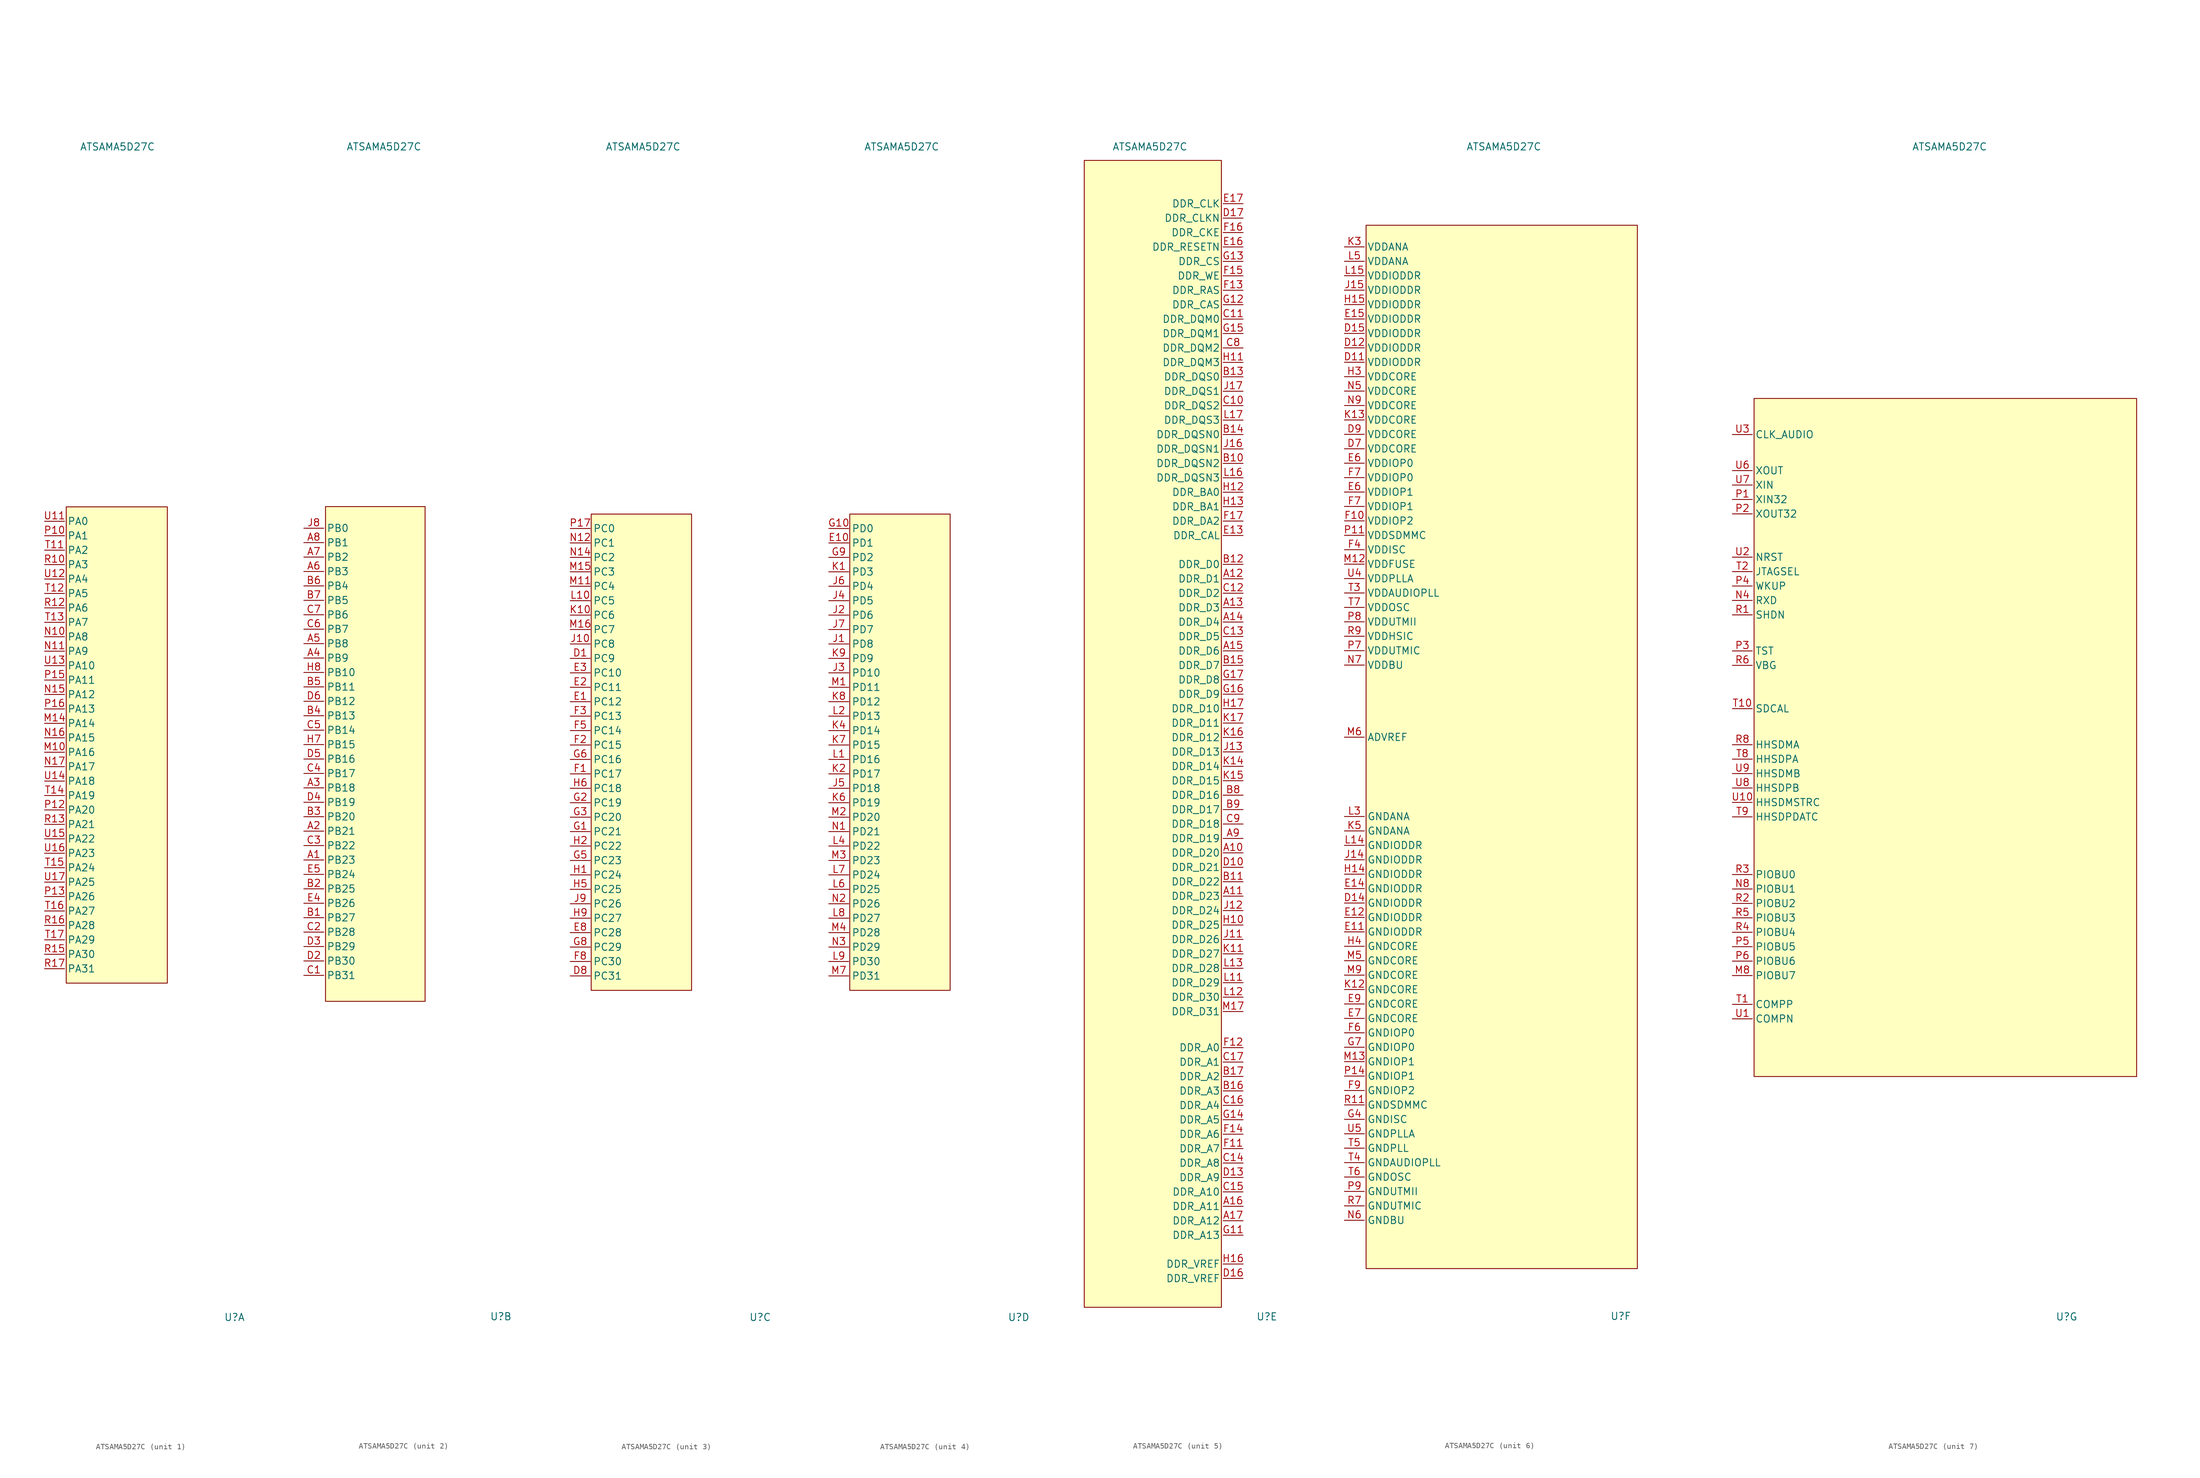
<source format=kicad_sym>
(kicad_symbol_lib
  (version 20220914)
  (generator kicad_symbol_editor)
  (symbol "ATSAMA5D27C"
    (property "Reference" "U"
      (at 20.701 -99.441 0)
      (effects (font (size 1.27 1.27))))
    (property "Value" "ATSAMA5D27C"
      (at 0.127 106.553 0)
      (effects (font (size 1.27 1.27))))
    (symbol "ATSAMA5D27C_1_1"
      (rectangle (start -8.89 43.18) (end 8.89 -40.64) (stroke (width 0) (type default)) (fill (type background)))
      (pin bidirectional line (at -12.7 0 0) (length 3.5) (name "PA16" (effects (font (size 1.27 1.27)))) (number "M10" (effects (font (size 1.27 1.27)))))
      (pin bidirectional line (at -12.7 5.08 0) (length 3.5) (name "PA14" (effects (font (size 1.27 1.27)))) (number "M14" (effects (font (size 1.27 1.27)))))
      (pin bidirectional line (at -12.7 20.32 0) (length 3.5) (name "PA8" (effects (font (size 1.27 1.27)))) (number "N10" (effects (font (size 1.27 1.27)))))
      (pin bidirectional line (at -12.7 17.78 0) (length 3.5) (name "PA9" (effects (font (size 1.27 1.27)))) (number "N11" (effects (font (size 1.27 1.27)))))
      (pin bidirectional line (at -12.7 10.16 0) (length 3.5) (name "PA12" (effects (font (size 1.27 1.27)))) (number "N15" (effects (font (size 1.27 1.27)))))
      (pin bidirectional line (at -12.7 2.54 0) (length 3.5) (name "PA15" (effects (font (size 1.27 1.27)))) (number "N16" (effects (font (size 1.27 1.27)))))
      (pin bidirectional line (at -12.7 -2.54 0) (length 3.5) (name "PA17" (effects (font (size 1.27 1.27)))) (number "N17" (effects (font (size 1.27 1.27)))))
      (pin bidirectional line (at -12.7 38.1 0) (length 3.5) (name "PA1" (effects (font (size 1.27 1.27)))) (number "P10" (effects (font (size 1.27 1.27)))))
      (pin bidirectional line (at -12.7 -10.16 0) (length 3.5) (name "PA20" (effects (font (size 1.27 1.27)))) (number "P12" (effects (font (size 1.27 1.27)))))
      (pin bidirectional line (at -12.7 -25.4 0) (length 3.5) (name "PA26" (effects (font (size 1.27 1.27)))) (number "P13" (effects (font (size 1.27 1.27)))))
      (pin bidirectional line (at -12.7 12.7 0) (length 3.5) (name "PA11" (effects (font (size 1.27 1.27)))) (number "P15" (effects (font (size 1.27 1.27)))))
      (pin bidirectional line (at -12.7 7.62 0) (length 3.5) (name "PA13" (effects (font (size 1.27 1.27)))) (number "P16" (effects (font (size 1.27 1.27)))))
      (pin bidirectional line (at -12.7 33.02 0) (length 3.5) (name "PA3" (effects (font (size 1.27 1.27)))) (number "R10" (effects (font (size 1.27 1.27)))))
      (pin bidirectional line (at -12.7 25.4 0) (length 3.5) (name "PA6" (effects (font (size 1.27 1.27)))) (number "R12" (effects (font (size 1.27 1.27)))))
      (pin bidirectional line (at -12.7 -12.7 0) (length 3.5) (name "PA21" (effects (font (size 1.27 1.27)))) (number "R13" (effects (font (size 1.27 1.27)))))
      (pin bidirectional line (at -12.7 -35.56 0) (length 3.5) (name "PA30" (effects (font (size 1.27 1.27)))) (number "R15" (effects (font (size 1.27 1.27)))))
      (pin bidirectional line (at -12.7 -30.48 0) (length 3.5) (name "PA28" (effects (font (size 1.27 1.27)))) (number "R16" (effects (font (size 1.27 1.27)))))
      (pin bidirectional line (at -12.7 -38.1 0) (length 3.5) (name "PA31" (effects (font (size 1.27 1.27)))) (number "R17" (effects (font (size 1.27 1.27)))))
      (pin bidirectional line (at -12.7 35.56 0) (length 3.5) (name "PA2" (effects (font (size 1.27 1.27)))) (number "T11" (effects (font (size 1.27 1.27)))))
      (pin bidirectional line (at -12.7 27.94 0) (length 3.5) (name "PA5" (effects (font (size 1.27 1.27)))) (number "T12" (effects (font (size 1.27 1.27)))))
      (pin bidirectional line (at -12.7 22.86 0) (length 3.5) (name "PA7" (effects (font (size 1.27 1.27)))) (number "T13" (effects (font (size 1.27 1.27)))))
      (pin bidirectional line (at -12.7 -7.62 0) (length 3.5) (name "PA19" (effects (font (size 1.27 1.27)))) (number "T14" (effects (font (size 1.27 1.27)))))
      (pin bidirectional line (at -12.7 -20.32 0) (length 3.5) (name "PA24" (effects (font (size 1.27 1.27)))) (number "T15" (effects (font (size 1.27 1.27)))))
      (pin bidirectional line (at -12.7 -27.94 0) (length 3.5) (name "PA27" (effects (font (size 1.27 1.27)))) (number "T16" (effects (font (size 1.27 1.27)))))
      (pin bidirectional line (at -12.7 -33.02 0) (length 3.5) (name "PA29" (effects (font (size 1.27 1.27)))) (number "T17" (effects (font (size 1.27 1.27)))))
      (pin bidirectional line (at -12.7 40.64 0) (length 3.5) (name "PA0" (effects (font (size 1.27 1.27)))) (number "U11" (effects (font (size 1.27 1.27)))))
      (pin bidirectional line (at -12.7 30.48 0) (length 3.5) (name "PA4" (effects (font (size 1.27 1.27)))) (number "U12" (effects (font (size 1.27 1.27)))))
      (pin bidirectional line (at -12.7 15.24 0) (length 3.5) (name "PA10" (effects (font (size 1.27 1.27)))) (number "U13" (effects (font (size 1.27 1.27)))))
      (pin bidirectional line (at -12.7 -5.08 0) (length 3.5) (name "PA18" (effects (font (size 1.27 1.27)))) (number "U14" (effects (font (size 1.27 1.27)))))
      (pin bidirectional line (at -12.7 -15.24 0) (length 3.5) (name "PA22" (effects (font (size 1.27 1.27)))) (number "U15" (effects (font (size 1.27 1.27)))))
      (pin bidirectional line (at -12.7 -17.78 0) (length 3.5) (name "PA23" (effects (font (size 1.27 1.27)))) (number "U16" (effects (font (size 1.27 1.27)))))
      (pin bidirectional line (at -12.7 -22.86 0) (length 3.5) (name "PA25" (effects (font (size 1.27 1.27)))) (number "U17" (effects (font (size 1.27 1.27))))))
    (symbol "ATSAMA5D27C_2_1"
      (rectangle (start -10.16 43.18) (end 7.366 -43.942) (stroke (width 0) (type default)) (fill (type background)))
      (pin bidirectional line (at -13.97 -19.05 0) (length 3.5) (name "PB23" (effects (font (size 1.27 1.27)))) (number "A1" (effects (font (size 1.27 1.27)))))
      (pin bidirectional line (at -13.97 -13.97 0) (length 3.5) (name "PB21" (effects (font (size 1.27 1.27)))) (number "A2" (effects (font (size 1.27 1.27)))))
      (pin bidirectional line (at -13.97 -6.35 0) (length 3.5) (name "PB18" (effects (font (size 1.27 1.27)))) (number "A3" (effects (font (size 1.27 1.27)))))
      (pin bidirectional line (at -13.97 16.51 0) (length 3.5) (name "PB9" (effects (font (size 1.27 1.27)))) (number "A4" (effects (font (size 1.27 1.27)))))
      (pin bidirectional line (at -13.97 19.05 0) (length 3.5) (name "PB8" (effects (font (size 1.27 1.27)))) (number "A5" (effects (font (size 1.27 1.27)))))
      (pin bidirectional line (at -13.97 31.75 0) (length 3.5) (name "PB3" (effects (font (size 1.27 1.27)))) (number "A6" (effects (font (size 1.27 1.27)))))
      (pin bidirectional line (at -13.97 34.29 0) (length 3.5) (name "PB2" (effects (font (size 1.27 1.27)))) (number "A7" (effects (font (size 1.27 1.27)))))
      (pin bidirectional line (at -13.97 36.83 0) (length 3.5) (name "PB1" (effects (font (size 1.27 1.27)))) (number "A8" (effects (font (size 1.27 1.27)))))
      (pin bidirectional line (at -13.97 -29.21 0) (length 3.5) (name "PB27" (effects (font (size 1.27 1.27)))) (number "B1" (effects (font (size 1.27 1.27)))))
      (pin bidirectional line (at -13.97 -24.13 0) (length 3.5) (name "PB25" (effects (font (size 1.27 1.27)))) (number "B2" (effects (font (size 1.27 1.27)))))
      (pin bidirectional line (at -13.97 -11.43 0) (length 3.5) (name "PB20" (effects (font (size 1.27 1.27)))) (number "B3" (effects (font (size 1.27 1.27)))))
      (pin bidirectional line (at -13.97 6.35 0) (length 3.5) (name "PB13" (effects (font (size 1.27 1.27)))) (number "B4" (effects (font (size 1.27 1.27)))))
      (pin bidirectional line (at -13.97 11.43 0) (length 3.5) (name "PB11" (effects (font (size 1.27 1.27)))) (number "B5" (effects (font (size 1.27 1.27)))))
      (pin bidirectional line (at -13.97 29.21 0) (length 3.5) (name "PB4" (effects (font (size 1.27 1.27)))) (number "B6" (effects (font (size 1.27 1.27)))))
      (pin bidirectional line (at -13.97 26.67 0) (length 3.5) (name "PB5" (effects (font (size 1.27 1.27)))) (number "B7" (effects (font (size 1.27 1.27)))))
      (pin bidirectional line (at -13.97 -39.37 0) (length 3.5) (name "PB31" (effects (font (size 1.27 1.27)))) (number "C1" (effects (font (size 1.27 1.27)))))
      (pin bidirectional line (at -13.97 -31.75 0) (length 3.5) (name "PB28" (effects (font (size 1.27 1.27)))) (number "C2" (effects (font (size 1.27 1.27)))))
      (pin bidirectional line (at -13.97 -16.51 0) (length 3.5) (name "PB22" (effects (font (size 1.27 1.27)))) (number "C3" (effects (font (size 1.27 1.27)))))
      (pin bidirectional line (at -13.97 -3.81 0) (length 3.5) (name "PB17" (effects (font (size 1.27 1.27)))) (number "C4" (effects (font (size 1.27 1.27)))))
      (pin bidirectional line (at -13.97 3.81 0) (length 3.5) (name "PB14" (effects (font (size 1.27 1.27)))) (number "C5" (effects (font (size 1.27 1.27)))))
      (pin bidirectional line (at -13.97 21.59 0) (length 3.5) (name "PB7" (effects (font (size 1.27 1.27)))) (number "C6" (effects (font (size 1.27 1.27)))))
      (pin bidirectional line (at -13.97 24.13 0) (length 3.5) (name "PB6" (effects (font (size 1.27 1.27)))) (number "C7" (effects (font (size 1.27 1.27)))))
      (pin bidirectional line (at -13.97 -36.83 0) (length 3.5) (name "PB30" (effects (font (size 1.27 1.27)))) (number "D2" (effects (font (size 1.27 1.27)))))
      (pin bidirectional line (at -13.97 -34.29 0) (length 3.5) (name "PB29" (effects (font (size 1.27 1.27)))) (number "D3" (effects (font (size 1.27 1.27)))))
      (pin bidirectional line (at -13.97 -8.89 0) (length 3.5) (name "PB19" (effects (font (size 1.27 1.27)))) (number "D4" (effects (font (size 1.27 1.27)))))
      (pin bidirectional line (at -13.97 -1.27 0) (length 3.5) (name "PB16" (effects (font (size 1.27 1.27)))) (number "D5" (effects (font (size 1.27 1.27)))))
      (pin bidirectional line (at -13.97 8.89 0) (length 3.5) (name "PB12" (effects (font (size 1.27 1.27)))) (number "D6" (effects (font (size 1.27 1.27)))))
      (pin bidirectional line (at -13.97 -26.67 0) (length 3.5) (name "PB26" (effects (font (size 1.27 1.27)))) (number "E4" (effects (font (size 1.27 1.27)))))
      (pin bidirectional line (at -13.97 -21.59 0) (length 3.5) (name "PB24" (effects (font (size 1.27 1.27)))) (number "E5" (effects (font (size 1.27 1.27)))))
      (pin bidirectional line (at -13.97 1.27 0) (length 3.5) (name "PB15" (effects (font (size 1.27 1.27)))) (number "H7" (effects (font (size 1.27 1.27)))))
      (pin bidirectional line (at -13.97 13.97 0) (length 3.5) (name "PB10" (effects (font (size 1.27 1.27)))) (number "H8" (effects (font (size 1.27 1.27)))))
      (pin bidirectional line (at -13.97 39.37 0) (length 3.5) (name "PB0" (effects (font (size 1.27 1.27)))) (number "J8" (effects (font (size 1.27 1.27))))))
    (symbol "ATSAMA5D27C_3_1"
      (rectangle (start -9.017 41.91) (end 8.636 -41.91) (stroke (width 0) (type default)) (fill (type background)))
      (pin bidirectional line (at -12.7 16.51 0) (length 3.5) (name "PC9" (effects (font (size 1.27 1.27)))) (number "D1" (effects (font (size 1.27 1.27)))))
      (pin bidirectional line (at -12.7 -39.37 0) (length 3.5) (name "PC31" (effects (font (size 1.27 1.27)))) (number "D8" (effects (font (size 1.27 1.27)))))
      (pin bidirectional line (at -12.7 8.89 0) (length 3.5) (name "PC12" (effects (font (size 1.27 1.27)))) (number "E1" (effects (font (size 1.27 1.27)))))
      (pin bidirectional line (at -12.7 11.43 0) (length 3.5) (name "PC11" (effects (font (size 1.27 1.27)))) (number "E2" (effects (font (size 1.27 1.27)))))
      (pin bidirectional line (at -12.7 13.97 0) (length 3.5) (name "PC10" (effects (font (size 1.27 1.27)))) (number "E3" (effects (font (size 1.27 1.27)))))
      (pin bidirectional line (at -12.7 -31.75 0) (length 3.5) (name "PC28" (effects (font (size 1.27 1.27)))) (number "E8" (effects (font (size 1.27 1.27)))))
      (pin bidirectional line (at -12.7 -3.81 0) (length 3.5) (name "PC17" (effects (font (size 1.27 1.27)))) (number "F1" (effects (font (size 1.27 1.27)))))
      (pin bidirectional line (at -12.7 1.27 0) (length 3.5) (name "PC15" (effects (font (size 1.27 1.27)))) (number "F2" (effects (font (size 1.27 1.27)))))
      (pin bidirectional line (at -12.7 6.35 0) (length 3.5) (name "PC13" (effects (font (size 1.27 1.27)))) (number "F3" (effects (font (size 1.27 1.27)))))
      (pin bidirectional line (at -12.7 3.81 0) (length 3.5) (name "PC14" (effects (font (size 1.27 1.27)))) (number "F5" (effects (font (size 1.27 1.27)))))
      (pin bidirectional line (at -12.7 -36.83 0) (length 3.5) (name "PC30" (effects (font (size 1.27 1.27)))) (number "F8" (effects (font (size 1.27 1.27)))))
      (pin bidirectional line (at -12.7 -13.97 0) (length 3.5) (name "PC21" (effects (font (size 1.27 1.27)))) (number "G1" (effects (font (size 1.27 1.27)))))
      (pin bidirectional line (at -12.7 -8.89 0) (length 3.5) (name "PC19" (effects (font (size 1.27 1.27)))) (number "G2" (effects (font (size 1.27 1.27)))))
      (pin bidirectional line (at -12.7 -11.43 0) (length 3.5) (name "PC20" (effects (font (size 1.27 1.27)))) (number "G3" (effects (font (size 1.27 1.27)))))
      (pin bidirectional line (at -12.7 -19.05 0) (length 3.5) (name "PC23" (effects (font (size 1.27 1.27)))) (number "G5" (effects (font (size 1.27 1.27)))))
      (pin bidirectional line (at -12.7 -1.27 0) (length 3.5) (name "PC16" (effects (font (size 1.27 1.27)))) (number "G6" (effects (font (size 1.27 1.27)))))
      (pin bidirectional line (at -12.7 -34.29 0) (length 3.5) (name "PC29" (effects (font (size 1.27 1.27)))) (number "G8" (effects (font (size 1.27 1.27)))))
      (pin bidirectional line (at -12.7 -21.59 0) (length 3.5) (name "PC24" (effects (font (size 1.27 1.27)))) (number "H1" (effects (font (size 1.27 1.27)))))
      (pin bidirectional line (at -12.7 -16.51 0) (length 3.5) (name "PC22" (effects (font (size 1.27 1.27)))) (number "H2" (effects (font (size 1.27 1.27)))))
      (pin bidirectional line (at -12.7 -24.13 0) (length 3.5) (name "PC25" (effects (font (size 1.27 1.27)))) (number "H5" (effects (font (size 1.27 1.27)))))
      (pin bidirectional line (at -12.7 -6.35 0) (length 3.5) (name "PC18" (effects (font (size 1.27 1.27)))) (number "H6" (effects (font (size 1.27 1.27)))))
      (pin bidirectional line (at -12.7 -29.21 0) (length 3.5) (name "PC27" (effects (font (size 1.27 1.27)))) (number "H9" (effects (font (size 1.27 1.27)))))
      (pin bidirectional line (at -12.7 19.05 0) (length 3.5) (name "PC8" (effects (font (size 1.27 1.27)))) (number "J10" (effects (font (size 1.27 1.27)))))
      (pin bidirectional line (at -12.7 -26.67 0) (length 3.5) (name "PC26" (effects (font (size 1.27 1.27)))) (number "J9" (effects (font (size 1.27 1.27)))))
      (pin bidirectional line (at -12.7 24.13 0) (length 3.5) (name "PC6" (effects (font (size 1.27 1.27)))) (number "K10" (effects (font (size 1.27 1.27)))))
      (pin bidirectional line (at -12.7 26.67 0) (length 3.5) (name "PC5" (effects (font (size 1.27 1.27)))) (number "L10" (effects (font (size 1.27 1.27)))))
      (pin bidirectional line (at -12.7 29.21 0) (length 3.5) (name "PC4" (effects (font (size 1.27 1.27)))) (number "M11" (effects (font (size 1.27 1.27)))))
      (pin bidirectional line (at -12.7 31.75 0) (length 3.5) (name "PC3" (effects (font (size 1.27 1.27)))) (number "M15" (effects (font (size 1.27 1.27)))))
      (pin bidirectional line (at -12.7 21.59 0) (length 3.5) (name "PC7" (effects (font (size 1.27 1.27)))) (number "M16" (effects (font (size 1.27 1.27)))))
      (pin bidirectional line (at -12.7 36.83 0) (length 3.5) (name "PC1" (effects (font (size 1.27 1.27)))) (number "N12" (effects (font (size 1.27 1.27)))))
      (pin bidirectional line (at -12.7 34.29 0) (length 3.5) (name "PC2" (effects (font (size 1.27 1.27)))) (number "N14" (effects (font (size 1.27 1.27)))))
      (pin bidirectional line (at -12.7 39.37 0) (length 3.5) (name "PC0" (effects (font (size 1.27 1.27)))) (number "P17" (effects (font (size 1.27 1.27))))))
    (symbol "ATSAMA5D27C_4_1"
      (rectangle (start -9.017 41.91) (end 8.636 -41.91) (stroke (width 0) (type default)) (fill (type background)))
      (pin bidirectional line (at -12.7 36.83 0) (length 3.5) (name "PD1" (effects (font (size 1.27 1.27)))) (number "E10" (effects (font (size 1.27 1.27)))))
      (pin bidirectional line (at -12.7 39.37 0) (length 3.5) (name "PD0" (effects (font (size 1.27 1.27)))) (number "G10" (effects (font (size 1.27 1.27)))))
      (pin bidirectional line (at -12.7 34.29 0) (length 3.5) (name "PD2" (effects (font (size 1.27 1.27)))) (number "G9" (effects (font (size 1.27 1.27)))))
      (pin bidirectional line (at -12.7 19.05 0) (length 3.5) (name "PD8" (effects (font (size 1.27 1.27)))) (number "J1" (effects (font (size 1.27 1.27)))))
      (pin bidirectional line (at -12.7 24.13 0) (length 3.5) (name "PD6" (effects (font (size 1.27 1.27)))) (number "J2" (effects (font (size 1.27 1.27)))))
      (pin bidirectional line (at -12.7 13.97 0) (length 3.5) (name "PD10" (effects (font (size 1.27 1.27)))) (number "J3" (effects (font (size 1.27 1.27)))))
      (pin bidirectional line (at -12.7 26.67 0) (length 3.5) (name "PD5" (effects (font (size 1.27 1.27)))) (number "J4" (effects (font (size 1.27 1.27)))))
      (pin bidirectional line (at -12.7 -6.35 0) (length 3.5) (name "PD18" (effects (font (size 1.27 1.27)))) (number "J5" (effects (font (size 1.27 1.27)))))
      (pin bidirectional line (at -12.7 29.21 0) (length 3.5) (name "PD4" (effects (font (size 1.27 1.27)))) (number "J6" (effects (font (size 1.27 1.27)))))
      (pin bidirectional line (at -12.7 21.59 0) (length 3.5) (name "PD7" (effects (font (size 1.27 1.27)))) (number "J7" (effects (font (size 1.27 1.27)))))
      (pin bidirectional line (at -12.7 31.75 0) (length 3.5) (name "PD3" (effects (font (size 1.27 1.27)))) (number "K1" (effects (font (size 1.27 1.27)))))
      (pin bidirectional line (at -12.7 -3.81 0) (length 3.5) (name "PD17" (effects (font (size 1.27 1.27)))) (number "K2" (effects (font (size 1.27 1.27)))))
      (pin bidirectional line (at -12.7 3.81 0) (length 3.5) (name "PD14" (effects (font (size 1.27 1.27)))) (number "K4" (effects (font (size 1.27 1.27)))))
      (pin bidirectional line (at -12.7 -8.89 0) (length 3.5) (name "PD19" (effects (font (size 1.27 1.27)))) (number "K6" (effects (font (size 1.27 1.27)))))
      (pin bidirectional line (at -12.7 1.27 0) (length 3.5) (name "PD15" (effects (font (size 1.27 1.27)))) (number "K7" (effects (font (size 1.27 1.27)))))
      (pin bidirectional line (at -12.7 8.89 0) (length 3.5) (name "PD12" (effects (font (size 1.27 1.27)))) (number "K8" (effects (font (size 1.27 1.27)))))
      (pin bidirectional line (at -12.7 16.51 0) (length 3.5) (name "PD9" (effects (font (size 1.27 1.27)))) (number "K9" (effects (font (size 1.27 1.27)))))
      (pin bidirectional line (at -12.7 -1.27 0) (length 3.5) (name "PD16" (effects (font (size 1.27 1.27)))) (number "L1" (effects (font (size 1.27 1.27)))))
      (pin bidirectional line (at -12.7 6.35 0) (length 3.5) (name "PD13" (effects (font (size 1.27 1.27)))) (number "L2" (effects (font (size 1.27 1.27)))))
      (pin bidirectional line (at -12.7 -16.51 0) (length 3.5) (name "PD22" (effects (font (size 1.27 1.27)))) (number "L4" (effects (font (size 1.27 1.27)))))
      (pin bidirectional line (at -12.7 -24.13 0) (length 3.5) (name "PD25" (effects (font (size 1.27 1.27)))) (number "L6" (effects (font (size 1.27 1.27)))))
      (pin bidirectional line (at -12.7 -21.59 0) (length 3.5) (name "PD24" (effects (font (size 1.27 1.27)))) (number "L7" (effects (font (size 1.27 1.27)))))
      (pin bidirectional line (at -12.7 -29.21 0) (length 3.5) (name "PD27" (effects (font (size 1.27 1.27)))) (number "L8" (effects (font (size 1.27 1.27)))))
      (pin bidirectional line (at -12.7 -36.83 0) (length 3.5) (name "PD30" (effects (font (size 1.27 1.27)))) (number "L9" (effects (font (size 1.27 1.27)))))
      (pin bidirectional line (at -12.7 11.43 0) (length 3.5) (name "PD11" (effects (font (size 1.27 1.27)))) (number "M1" (effects (font (size 1.27 1.27)))))
      (pin bidirectional line (at -12.7 -11.43 0) (length 3.5) (name "PD20" (effects (font (size 1.27 1.27)))) (number "M2" (effects (font (size 1.27 1.27)))))
      (pin bidirectional line (at -12.7 -19.05 0) (length 3.5) (name "PD23" (effects (font (size 1.27 1.27)))) (number "M3" (effects (font (size 1.27 1.27)))))
      (pin bidirectional line (at -12.7 -31.75 0) (length 3.5) (name "PD28" (effects (font (size 1.27 1.27)))) (number "M4" (effects (font (size 1.27 1.27)))))
      (pin bidirectional line (at -12.7 -39.37 0) (length 3.5) (name "PD31" (effects (font (size 1.27 1.27)))) (number "M7" (effects (font (size 1.27 1.27)))))
      (pin bidirectional line (at -12.7 -13.97 0) (length 3.5) (name "PD21" (effects (font (size 1.27 1.27)))) (number "N1" (effects (font (size 1.27 1.27)))))
      (pin bidirectional line (at -12.7 -26.67 0) (length 3.5) (name "PD26" (effects (font (size 1.27 1.27)))) (number "N2" (effects (font (size 1.27 1.27)))))
      (pin bidirectional line (at -12.7 -34.29 0) (length 3.5) (name "PD29" (effects (font (size 1.27 1.27)))) (number "N3" (effects (font (size 1.27 1.27))))))
    (symbol "ATSAMA5D27C_5_1"
      (rectangle (start -11.43 104.14) (end 12.7 -97.79) (stroke (width 0) (type default)) (fill (type background)))
      (pin bidirectional line (at 16.51 -17.78 180) (length 3.5) (name "DDR_D20" (effects (font (size 1.27 1.27)))) (number "A10" (effects (font (size 1.27 1.27)))))
      (pin bidirectional line (at 16.51 -25.4 180) (length 3.5) (name "DDR_D23" (effects (font (size 1.27 1.27)))) (number "A11" (effects (font (size 1.27 1.27)))))
      (pin bidirectional line (at 16.51 30.48 180) (length 3.5) (name "DDR_D1" (effects (font (size 1.27 1.27)))) (number "A12" (effects (font (size 1.27 1.27)))))
      (pin bidirectional line (at 16.51 25.4 180) (length 3.5) (name "DDR_D3" (effects (font (size 1.27 1.27)))) (number "A13" (effects (font (size 1.27 1.27)))))
      (pin bidirectional line (at 16.51 22.86 180) (length 3.5) (name "DDR_D4" (effects (font (size 1.27 1.27)))) (number "A14" (effects (font (size 1.27 1.27)))))
      (pin bidirectional line (at 16.51 17.78 180) (length 3.5) (name "DDR_D6" (effects (font (size 1.27 1.27)))) (number "A15" (effects (font (size 1.27 1.27)))))
      (pin bidirectional line (at 16.51 -80.01 180) (length 3.5) (name "DDR_A11" (effects (font (size 1.27 1.27)))) (number "A16" (effects (font (size 1.27 1.27)))))
      (pin bidirectional line (at 16.51 -82.55 180) (length 3.5) (name "DDR_A12" (effects (font (size 1.27 1.27)))) (number "A17" (effects (font (size 1.27 1.27)))))
      (pin bidirectional line (at 16.51 -15.24 180) (length 3.5) (name "DDR_D19" (effects (font (size 1.27 1.27)))) (number "A9" (effects (font (size 1.27 1.27)))))
      (pin bidirectional line (at 16.51 50.8 180) (length 3.5) (name "DDR_DQSN2" (effects (font (size 1.27 1.27)))) (number "B10" (effects (font (size 1.27 1.27)))))
      (pin bidirectional line (at 16.51 -22.86 180) (length 3.5) (name "DDR_D22" (effects (font (size 1.27 1.27)))) (number "B11" (effects (font (size 1.27 1.27)))))
      (pin bidirectional line (at 16.51 33.02 180) (length 3.5) (name "DDR_D0" (effects (font (size 1.27 1.27)))) (number "B12" (effects (font (size 1.27 1.27)))))
      (pin bidirectional line (at 16.51 66.04 180) (length 3.5) (name "DDR_DQS0" (effects (font (size 1.27 1.27)))) (number "B13" (effects (font (size 1.27 1.27)))))
      (pin bidirectional line (at 16.51 55.88 180) (length 3.5) (name "DDR_DQSN0" (effects (font (size 1.27 1.27)))) (number "B14" (effects (font (size 1.27 1.27)))))
      (pin bidirectional line (at 16.51 15.24 180) (length 3.5) (name "DDR_D7" (effects (font (size 1.27 1.27)))) (number "B15" (effects (font (size 1.27 1.27)))))
      (pin bidirectional line (at 16.51 -59.69 180) (length 3.5) (name "DDR_A3" (effects (font (size 1.27 1.27)))) (number "B16" (effects (font (size 1.27 1.27)))))
      (pin bidirectional line (at 16.51 -57.15 180) (length 3.5) (name "DDR_A2" (effects (font (size 1.27 1.27)))) (number "B17" (effects (font (size 1.27 1.27)))))
      (pin bidirectional line (at 16.51 -7.62 180) (length 3.5) (name "DDR_D16" (effects (font (size 1.27 1.27)))) (number "B8" (effects (font (size 1.27 1.27)))))
      (pin bidirectional line (at 16.51 -10.16 180) (length 3.5) (name "DDR_D17" (effects (font (size 1.27 1.27)))) (number "B9" (effects (font (size 1.27 1.27)))))
      (pin bidirectional line (at 16.51 60.96 180) (length 3.5) (name "DDR_DQS2" (effects (font (size 1.27 1.27)))) (number "C10" (effects (font (size 1.27 1.27)))))
      (pin bidirectional line (at 16.51 76.2 180) (length 3.5) (name "DDR_DQM0" (effects (font (size 1.27 1.27)))) (number "C11" (effects (font (size 1.27 1.27)))))
      (pin bidirectional line (at 16.51 27.94 180) (length 3.5) (name "DDR_D2" (effects (font (size 1.27 1.27)))) (number "C12" (effects (font (size 1.27 1.27)))))
      (pin bidirectional line (at 16.51 20.32 180) (length 3.5) (name "DDR_D5" (effects (font (size 1.27 1.27)))) (number "C13" (effects (font (size 1.27 1.27)))))
      (pin bidirectional line (at 16.51 -72.39 180) (length 3.5) (name "DDR_A8" (effects (font (size 1.27 1.27)))) (number "C14" (effects (font (size 1.27 1.27)))))
      (pin bidirectional line (at 16.51 -77.47 180) (length 3.5) (name "DDR_A10" (effects (font (size 1.27 1.27)))) (number "C15" (effects (font (size 1.27 1.27)))))
      (pin bidirectional line (at 16.51 -62.23 180) (length 3.5) (name "DDR_A4" (effects (font (size 1.27 1.27)))) (number "C16" (effects (font (size 1.27 1.27)))))
      (pin bidirectional line (at 16.51 -54.61 180) (length 3.5) (name "DDR_A1" (effects (font (size 1.27 1.27)))) (number "C17" (effects (font (size 1.27 1.27)))))
      (pin bidirectional line (at 16.51 71.12 180) (length 3.5) (name "DDR_DQM2" (effects (font (size 1.27 1.27)))) (number "C8" (effects (font (size 1.27 1.27)))))
      (pin bidirectional line (at 16.51 -12.7 180) (length 3.5) (name "DDR_D18" (effects (font (size 1.27 1.27)))) (number "C9" (effects (font (size 1.27 1.27)))))
      (pin bidirectional line (at 16.51 -20.32 180) (length 3.5) (name "DDR_D21" (effects (font (size 1.27 1.27)))) (number "D10" (effects (font (size 1.27 1.27)))))
      (pin bidirectional line (at 16.51 -74.93 180) (length 3.5) (name "DDR_A9" (effects (font (size 1.27 1.27)))) (number "D13" (effects (font (size 1.27 1.27)))))
      (pin input line (at 16.51 -92.71 180) (length 3.5) (name "DDR_VREF" (effects (font (size 1.27 1.27)))) (number "D16" (effects (font (size 1.27 1.27)))))
      (pin bidirectional line (at 16.51 93.98 180) (length 3.5) (name "DDR_CLKN" (effects (font (size 1.27 1.27)))) (number "D17" (effects (font (size 1.27 1.27)))))
      (pin bidirectional line (at 16.51 38.1 180) (length 3.5) (name "DDR_CAL" (effects (font (size 1.27 1.27)))) (number "E13" (effects (font (size 1.27 1.27)))))
      (pin bidirectional line (at 16.51 88.9 180) (length 3.5) (name "DDR_RESETN" (effects (font (size 1.27 1.27)))) (number "E16" (effects (font (size 1.27 1.27)))))
      (pin bidirectional line (at 16.51 96.52 180) (length 3.5) (name "DDR_CLK" (effects (font (size 1.27 1.27)))) (number "E17" (effects (font (size 1.27 1.27)))))
      (pin bidirectional line (at 16.51 -69.85 180) (length 3.5) (name "DDR_A7" (effects (font (size 1.27 1.27)))) (number "F11" (effects (font (size 1.27 1.27)))))
      (pin bidirectional line (at 16.51 -52.07 180) (length 3.5) (name "DDR_A0" (effects (font (size 1.27 1.27)))) (number "F12" (effects (font (size 1.27 1.27)))))
      (pin bidirectional line (at 16.51 81.28 180) (length 3.5) (name "DDR_RAS" (effects (font (size 1.27 1.27)))) (number "F13" (effects (font (size 1.27 1.27)))))
      (pin bidirectional line (at 16.51 -67.31 180) (length 3.5) (name "DDR_A6" (effects (font (size 1.27 1.27)))) (number "F14" (effects (font (size 1.27 1.27)))))
      (pin bidirectional line (at 16.51 83.82 180) (length 3.5) (name "DDR_WE" (effects (font (size 1.27 1.27)))) (number "F15" (effects (font (size 1.27 1.27)))))
      (pin bidirectional line (at 16.51 91.44 180) (length 3.5) (name "DDR_CKE" (effects (font (size 1.27 1.27)))) (number "F16" (effects (font (size 1.27 1.27)))))
      (pin bidirectional line (at 16.51 40.64 180) (length 3.5) (name "DDR_DA2" (effects (font (size 1.27 1.27)))) (number "F17" (effects (font (size 1.27 1.27)))))
      (pin bidirectional line (at 16.51 -85.09 180) (length 3.5) (name "DDR_A13" (effects (font (size 1.27 1.27)))) (number "G11" (effects (font (size 1.27 1.27)))))
      (pin bidirectional line (at 16.51 78.74 180) (length 3.5) (name "DDR_CAS" (effects (font (size 1.27 1.27)))) (number "G12" (effects (font (size 1.27 1.27)))))
      (pin bidirectional line (at 16.51 86.36 180) (length 3.5) (name "DDR_CS" (effects (font (size 1.27 1.27)))) (number "G13" (effects (font (size 1.27 1.27)))))
      (pin bidirectional line (at 16.51 -64.77 180) (length 3.5) (name "DDR_A5" (effects (font (size 1.27 1.27)))) (number "G14" (effects (font (size 1.27 1.27)))))
      (pin bidirectional line (at 16.51 73.66 180) (length 3.5) (name "DDR_DQM1" (effects (font (size 1.27 1.27)))) (number "G15" (effects (font (size 1.27 1.27)))))
      (pin bidirectional line (at 16.51 10.16 180) (length 3.5) (name "DDR_D9" (effects (font (size 1.27 1.27)))) (number "G16" (effects (font (size 1.27 1.27)))))
      (pin bidirectional line (at 16.51 12.7 180) (length 3.5) (name "DDR_D8" (effects (font (size 1.27 1.27)))) (number "G17" (effects (font (size 1.27 1.27)))))
      (pin bidirectional line (at 16.51 -30.48 180) (length 3.5) (name "DDR_D25" (effects (font (size 1.27 1.27)))) (number "H10" (effects (font (size 1.27 1.27)))))
      (pin bidirectional line (at 16.51 68.58 180) (length 3.5) (name "DDR_DQM3" (effects (font (size 1.27 1.27)))) (number "H11" (effects (font (size 1.27 1.27)))))
      (pin bidirectional line (at 16.51 45.72 180) (length 3.5) (name "DDR_BA0" (effects (font (size 1.27 1.27)))) (number "H12" (effects (font (size 1.27 1.27)))))
      (pin bidirectional line (at 16.51 43.18 180) (length 3.5) (name "DDR_BA1" (effects (font (size 1.27 1.27)))) (number "H13" (effects (font (size 1.27 1.27)))))
      (pin input line (at 16.51 -90.17 180) (length 3.5) (name "DDR_VREF" (effects (font (size 1.27 1.27)))) (number "H16" (effects (font (size 1.27 1.27)))))
      (pin bidirectional line (at 16.51 7.62 180) (length 3.5) (name "DDR_D10" (effects (font (size 1.27 1.27)))) (number "H17" (effects (font (size 1.27 1.27)))))
      (pin bidirectional line (at 16.51 -33.02 180) (length 3.5) (name "DDR_D26" (effects (font (size 1.27 1.27)))) (number "J11" (effects (font (size 1.27 1.27)))))
      (pin bidirectional line (at 16.51 -27.94 180) (length 3.5) (name "DDR_D24" (effects (font (size 1.27 1.27)))) (number "J12" (effects (font (size 1.27 1.27)))))
      (pin bidirectional line (at 16.51 0 180) (length 3.5) (name "DDR_D13" (effects (font (size 1.27 1.27)))) (number "J13" (effects (font (size 1.27 1.27)))))
      (pin bidirectional line (at 16.51 53.34 180) (length 3.5) (name "DDR_DQSN1" (effects (font (size 1.27 1.27)))) (number "J16" (effects (font (size 1.27 1.27)))))
      (pin bidirectional line (at 16.51 63.5 180) (length 3.5) (name "DDR_DQS1" (effects (font (size 1.27 1.27)))) (number "J17" (effects (font (size 1.27 1.27)))))
      (pin bidirectional line (at 16.51 -35.56 180) (length 3.5) (name "DDR_D27" (effects (font (size 1.27 1.27)))) (number "K11" (effects (font (size 1.27 1.27)))))
      (pin bidirectional line (at 16.51 -2.54 180) (length 3.5) (name "DDR_D14" (effects (font (size 1.27 1.27)))) (number "K14" (effects (font (size 1.27 1.27)))))
      (pin bidirectional line (at 16.51 -5.08 180) (length 3.5) (name "DDR_D15" (effects (font (size 1.27 1.27)))) (number "K15" (effects (font (size 1.27 1.27)))))
      (pin bidirectional line (at 16.51 2.54 180) (length 3.5) (name "DDR_D12" (effects (font (size 1.27 1.27)))) (number "K16" (effects (font (size 1.27 1.27)))))
      (pin bidirectional line (at 16.51 5.08 180) (length 3.5) (name "DDR_D11" (effects (font (size 1.27 1.27)))) (number "K17" (effects (font (size 1.27 1.27)))))
      (pin bidirectional line (at 16.51 -40.64 180) (length 3.5) (name "DDR_D29" (effects (font (size 1.27 1.27)))) (number "L11" (effects (font (size 1.27 1.27)))))
      (pin bidirectional line (at 16.51 -43.18 180) (length 3.5) (name "DDR_D30" (effects (font (size 1.27 1.27)))) (number "L12" (effects (font (size 1.27 1.27)))))
      (pin bidirectional line (at 16.51 -38.1 180) (length 3.5) (name "DDR_D28" (effects (font (size 1.27 1.27)))) (number "L13" (effects (font (size 1.27 1.27)))))
      (pin bidirectional line (at 16.51 48.26 180) (length 3.5) (name "DDR_DQSN3" (effects (font (size 1.27 1.27)))) (number "L16" (effects (font (size 1.27 1.27)))))
      (pin bidirectional line (at 16.51 58.42 180) (length 3.5) (name "DDR_DQS3" (effects (font (size 1.27 1.27)))) (number "L17" (effects (font (size 1.27 1.27)))))
      (pin bidirectional line (at 16.51 -45.72 180) (length 3.5) (name "DDR_D31" (effects (font (size 1.27 1.27)))) (number "M17" (effects (font (size 1.27 1.27))))))
    (symbol "ATSAMA5D27C_6_1"
      (rectangle (start -24.13 92.71) (end 23.622 -91.059) (stroke (width 0) (type default)) (fill (type background)))
      (pin input line (at -27.94 68.58 0) (length 3.5) (name "VDDIODDR" (effects (font (size 1.27 1.27)))) (number "D11" (effects (font (size 1.27 1.27)))))
      (pin input line (at -27.94 71.12 0) (length 3.5) (name "VDDIODDR" (effects (font (size 1.27 1.27)))) (number "D12" (effects (font (size 1.27 1.27)))))
      (pin input line (at -27.94 -26.67 0) (length 3.5) (name "GNDIODDR" (effects (font (size 1.27 1.27)))) (number "D14" (effects (font (size 1.27 1.27)))))
      (pin input line (at -27.94 73.66 0) (length 3.5) (name "VDDIODDR" (effects (font (size 1.27 1.27)))) (number "D15" (effects (font (size 1.27 1.27)))))
      (pin input line (at -27.94 53.34 0) (length 3.5) (name "VDDCORE" (effects (font (size 1.27 1.27)))) (number "D7" (effects (font (size 1.27 1.27)))))
      (pin input line (at -27.94 55.88 0) (length 3.5) (name "VDDCORE" (effects (font (size 1.27 1.27)))) (number "D9" (effects (font (size 1.27 1.27)))))
      (pin input line (at -27.94 -31.75 0) (length 3.5) (name "GNDIODDR" (effects (font (size 1.27 1.27)))) (number "E11" (effects (font (size 1.27 1.27)))))
      (pin input line (at -27.94 -29.21 0) (length 3.5) (name "GNDIODDR" (effects (font (size 1.27 1.27)))) (number "E12" (effects (font (size 1.27 1.27)))))
      (pin input line (at -27.94 -24.13 0) (length 3.5) (name "GNDIODDR" (effects (font (size 1.27 1.27)))) (number "E14" (effects (font (size 1.27 1.27)))))
      (pin input line (at -27.94 76.2 0) (length 3.5) (name "VDDIODDR" (effects (font (size 1.27 1.27)))) (number "E15" (effects (font (size 1.27 1.27)))))
      (pin input line (at -27.94 50.8 0) (length 3.5) (name "VDDIOP0" (effects (font (size 1.27 1.27)))) (number "E6" (effects (font (size 1.27 1.27)))))
      (pin input line (at -27.94 45.72 0) (length 3.5) (name "VDDIOP1" (effects (font (size 1.27 1.27)))) (number "E6" (effects (font (size 1.27 1.27)))))
      (pin input line (at -27.94 -46.99 0) (length 3.5) (name "GNDCORE" (effects (font (size 1.27 1.27)))) (number "E7" (effects (font (size 1.27 1.27)))))
      (pin input line (at -27.94 -44.45 0) (length 3.5) (name "GNDCORE" (effects (font (size 1.27 1.27)))) (number "E9" (effects (font (size 1.27 1.27)))))
      (pin input line (at -27.94 40.64 0) (length 3.5) (name "VDDIOP2" (effects (font (size 1.27 1.27)))) (number "F10" (effects (font (size 1.27 1.27)))))
      (pin input line (at -27.94 35.56 0) (length 3.5) (name "VDDISC" (effects (font (size 1.27 1.27)))) (number "F4" (effects (font (size 1.27 1.27)))))
      (pin input line (at -27.94 -49.53 0) (length 3.5) (name "GNDIOP0" (effects (font (size 1.27 1.27)))) (number "F6" (effects (font (size 1.27 1.27)))))
      (pin input line (at -27.94 48.26 0) (length 3.5) (name "VDDIOP0" (effects (font (size 1.27 1.27)))) (number "F7" (effects (font (size 1.27 1.27)))))
      (pin input line (at -27.94 43.18 0) (length 3.5) (name "VDDIOP1" (effects (font (size 1.27 1.27)))) (number "F7" (effects (font (size 1.27 1.27)))))
      (pin input line (at -27.94 -59.69 0) (length 3.5) (name "GNDIOP2" (effects (font (size 1.27 1.27)))) (number "F9" (effects (font (size 1.27 1.27)))))
      (pin input line (at -27.94 -64.77 0) (length 3.5) (name "GNDISC" (effects (font (size 1.27 1.27)))) (number "G4" (effects (font (size 1.27 1.27)))))
      (pin input line (at -27.94 -52.07 0) (length 3.5) (name "GNDIOP0" (effects (font (size 1.27 1.27)))) (number "G7" (effects (font (size 1.27 1.27)))))
      (pin input line (at -27.94 -21.59 0) (length 3.5) (name "GNDIODDR" (effects (font (size 1.27 1.27)))) (number "H14" (effects (font (size 1.27 1.27)))))
      (pin input line (at -27.94 78.74 0) (length 3.5) (name "VDDIODDR" (effects (font (size 1.27 1.27)))) (number "H15" (effects (font (size 1.27 1.27)))))
      (pin input line (at -27.94 66.04 0) (length 3.5) (name "VDDCORE" (effects (font (size 1.27 1.27)))) (number "H3" (effects (font (size 1.27 1.27)))))
      (pin input line (at -27.94 -34.29 0) (length 3.5) (name "GNDCORE" (effects (font (size 1.27 1.27)))) (number "H4" (effects (font (size 1.27 1.27)))))
      (pin input line (at -27.94 -19.05 0) (length 3.5) (name "GNDIODDR" (effects (font (size 1.27 1.27)))) (number "J14" (effects (font (size 1.27 1.27)))))
      (pin input line (at -27.94 81.28 0) (length 3.5) (name "VDDIODDR" (effects (font (size 1.27 1.27)))) (number "J15" (effects (font (size 1.27 1.27)))))
      (pin input line (at -27.94 -41.91 0) (length 3.5) (name "GNDCORE" (effects (font (size 1.27 1.27)))) (number "K12" (effects (font (size 1.27 1.27)))))
      (pin input line (at -27.94 58.42 0) (length 3.5) (name "VDDCORE" (effects (font (size 1.27 1.27)))) (number "K13" (effects (font (size 1.27 1.27)))))
      (pin input line (at -27.94 88.9 0) (length 3.5) (name "VDDANA" (effects (font (size 1.27 1.27)))) (number "K3" (effects (font (size 1.27 1.27)))))
      (pin input line (at -27.94 -13.97 0) (length 3.5) (name "GNDANA" (effects (font (size 1.27 1.27)))) (number "K5" (effects (font (size 1.27 1.27)))))
      (pin input line (at -27.94 -16.51 0) (length 3.5) (name "GNDIODDR" (effects (font (size 1.27 1.27)))) (number "L14" (effects (font (size 1.27 1.27)))))
      (pin input line (at -27.94 83.82 0) (length 3.5) (name "VDDIODDR" (effects (font (size 1.27 1.27)))) (number "L15" (effects (font (size 1.27 1.27)))))
      (pin input line (at -27.94 -11.43 0) (length 3.5) (name "GNDANA" (effects (font (size 1.27 1.27)))) (number "L3" (effects (font (size 1.27 1.27)))))
      (pin input line (at -27.94 86.36 0) (length 3.5) (name "VDDANA" (effects (font (size 1.27 1.27)))) (number "L5" (effects (font (size 1.27 1.27)))))
      (pin input line (at -27.94 33.02 0) (length 3.5) (name "VDDFUSE" (effects (font (size 1.27 1.27)))) (number "M12" (effects (font (size 1.27 1.27)))))
      (pin input line (at -27.94 -54.61 0) (length 3.5) (name "GNDIOP1" (effects (font (size 1.27 1.27)))) (number "M13" (effects (font (size 1.27 1.27)))))
      (pin input line (at -27.94 -36.83 0) (length 3.5) (name "GNDCORE" (effects (font (size 1.27 1.27)))) (number "M5" (effects (font (size 1.27 1.27)))))
      (pin input line (at -27.94 2.54 0) (length 3.5) (name "ADVREF" (effects (font (size 1.27 1.27)))) (number "M6" (effects (font (size 1.27 1.27)))))
      (pin input line (at -27.94 -39.37 0) (length 3.5) (name "GNDCORE" (effects (font (size 1.27 1.27)))) (number "M9" (effects (font (size 1.27 1.27)))))
      (pin input line (at -27.94 63.5 0) (length 3.5) (name "VDDCORE" (effects (font (size 1.27 1.27)))) (number "N5" (effects (font (size 1.27 1.27)))))
      (pin input line (at -27.94 -82.55 0) (length 3.5) (name "GNDBU" (effects (font (size 1.27 1.27)))) (number "N6" (effects (font (size 1.27 1.27)))))
      (pin input line (at -27.94 15.24 0) (length 3.5) (name "VDDBU" (effects (font (size 1.27 1.27)))) (number "N7" (effects (font (size 1.27 1.27)))))
      (pin input line (at -27.94 60.96 0) (length 3.5) (name "VDDCORE" (effects (font (size 1.27 1.27)))) (number "N9" (effects (font (size 1.27 1.27)))))
      (pin input line (at -27.94 38.1 0) (length 3.5) (name "VDDSDMMC" (effects (font (size 1.27 1.27)))) (number "P11" (effects (font (size 1.27 1.27)))))
      (pin input line (at -27.94 -57.15 0) (length 3.5) (name "GNDIOP1" (effects (font (size 1.27 1.27)))) (number "P14" (effects (font (size 1.27 1.27)))))
      (pin input line (at -27.94 17.78 0) (length 3.5) (name "VDDUTMIC" (effects (font (size 1.27 1.27)))) (number "P7" (effects (font (size 1.27 1.27)))))
      (pin input line (at -27.94 22.86 0) (length 3.5) (name "VDDUTMII" (effects (font (size 1.27 1.27)))) (number "P8" (effects (font (size 1.27 1.27)))))
      (pin input line (at -27.94 -77.47 0) (length 3.5) (name "GNDUTMII" (effects (font (size 1.27 1.27)))) (number "P9" (effects (font (size 1.27 1.27)))))
      (pin input line (at -27.94 -62.23 0) (length 3.5) (name "GNDSDMMC" (effects (font (size 1.27 1.27)))) (number "R11" (effects (font (size 1.27 1.27)))))
      (pin input line (at -27.94 -80.01 0) (length 3.5) (name "GNDUTMIC" (effects (font (size 1.27 1.27)))) (number "R7" (effects (font (size 1.27 1.27)))))
      (pin input line (at -27.94 20.32 0) (length 3.5) (name "VDDHSIC" (effects (font (size 1.27 1.27)))) (number "R9" (effects (font (size 1.27 1.27)))))
      (pin input line (at -27.94 27.94 0) (length 3.5) (name "VDDAUDIOPLL" (effects (font (size 1.27 1.27)))) (number "T3" (effects (font (size 1.27 1.27)))))
      (pin input line (at -27.94 -72.39 0) (length 3.5) (name "GNDAUDIOPLL" (effects (font (size 1.27 1.27)))) (number "T4" (effects (font (size 1.27 1.27)))))
      (pin input line (at -27.94 -69.85 0) (length 3.5) (name "GNDPLL" (effects (font (size 1.27 1.27)))) (number "T5" (effects (font (size 1.27 1.27)))))
      (pin input line (at -27.94 -74.93 0) (length 3.5) (name "GNDOSC" (effects (font (size 1.27 1.27)))) (number "T6" (effects (font (size 1.27 1.27)))))
      (pin input line (at -27.94 25.4 0) (length 3.5) (name "VDDOSC" (effects (font (size 1.27 1.27)))) (number "T7" (effects (font (size 1.27 1.27)))))
      (pin input line (at -27.94 30.48 0) (length 3.5) (name "VDDPLLA" (effects (font (size 1.27 1.27)))) (number "U4" (effects (font (size 1.27 1.27)))))
      (pin input line (at -27.94 -67.31 0) (length 3.5) (name "GNDPLLA" (effects (font (size 1.27 1.27)))) (number "U5" (effects (font (size 1.27 1.27))))))
    (symbol "ATSAMA5D27C_7_1"
      (rectangle (start -34.29 62.23) (end 33.02 -57.15) (stroke (width 0) (type default)) (fill (type background)))
      (pin bidirectional line (at -38.1 -39.37 0) (length 3.5) (name "PIOBU7" (effects (font (size 1.27 1.27)))) (number "M8" (effects (font (size 1.27 1.27)))))
      (pin bidirectional line (at -38.1 26.67 0) (length 3.5) (name "RXD" (effects (font (size 1.27 1.27)))) (number "N4" (effects (font (size 1.27 1.27)))))
      (pin bidirectional line (at -38.1 -24.13 0) (length 3.5) (name "PIOBU1" (effects (font (size 1.27 1.27)))) (number "N8" (effects (font (size 1.27 1.27)))))
      (pin bidirectional line (at -38.1 44.45 0) (length 3.5) (name "XIN32" (effects (font (size 1.27 1.27)))) (number "P1" (effects (font (size 1.27 1.27)))))
      (pin bidirectional line (at -38.1 41.91 0) (length 3.5) (name "XOUT32" (effects (font (size 1.27 1.27)))) (number "P2" (effects (font (size 1.27 1.27)))))
      (pin input line (at -38.1 17.78 0) (length 3.5) (name "TST" (effects (font (size 1.27 1.27)))) (number "P3" (effects (font (size 1.27 1.27)))))
      (pin bidirectional line (at -38.1 29.21 0) (length 3.5) (name "WKUP" (effects (font (size 1.27 1.27)))) (number "P4" (effects (font (size 1.27 1.27)))))
      (pin bidirectional line (at -38.1 -34.29 0) (length 3.5) (name "PIOBU5" (effects (font (size 1.27 1.27)))) (number "P5" (effects (font (size 1.27 1.27)))))
      (pin bidirectional line (at -38.1 -36.83 0) (length 3.5) (name "PIOBU6" (effects (font (size 1.27 1.27)))) (number "P6" (effects (font (size 1.27 1.27)))))
      (pin bidirectional line (at -38.1 24.13 0) (length 3.5) (name "SHDN" (effects (font (size 1.27 1.27)))) (number "R1" (effects (font (size 1.27 1.27)))))
      (pin bidirectional line (at -38.1 -26.67 0) (length 3.5) (name "PIOBU2" (effects (font (size 1.27 1.27)))) (number "R2" (effects (font (size 1.27 1.27)))))
      (pin bidirectional line (at -38.1 -21.59 0) (length 3.5) (name "PIOBU0" (effects (font (size 1.27 1.27)))) (number "R3" (effects (font (size 1.27 1.27)))))
      (pin bidirectional line (at -38.1 -31.75 0) (length 3.5) (name "PIOBU4" (effects (font (size 1.27 1.27)))) (number "R4" (effects (font (size 1.27 1.27)))))
      (pin bidirectional line (at -38.1 -29.21 0) (length 3.5) (name "PIOBU3" (effects (font (size 1.27 1.27)))) (number "R5" (effects (font (size 1.27 1.27)))))
      (pin input line (at -38.1 15.24 0) (length 3.5) (name "VBG" (effects (font (size 1.27 1.27)))) (number "R6" (effects (font (size 1.27 1.27)))))
      (pin input line (at -38.1 1.27 0) (length 3.5) (name "HHSDMA" (effects (font (size 1.27 1.27)))) (number "R8" (effects (font (size 1.27 1.27)))))
      (pin bidirectional line (at -38.1 -44.45 0) (length 3.5) (name "COMPP" (effects (font (size 1.27 1.27)))) (number "T1" (effects (font (size 1.27 1.27)))))
      (pin input line (at -38.1 7.62 0) (length 3.5) (name "SDCAL" (effects (font (size 1.27 1.27)))) (number "T10" (effects (font (size 1.27 1.27)))))
      (pin bidirectional line (at -38.1 31.75 0) (length 3.5) (name "JTAGSEL" (effects (font (size 1.27 1.27)))) (number "T2" (effects (font (size 1.27 1.27)))))
      (pin input line (at -38.1 -1.27 0) (length 3.5) (name "HHSDPA" (effects (font (size 1.27 1.27)))) (number "T8" (effects (font (size 1.27 1.27)))))
      (pin input line (at -38.1 -11.43 0) (length 3.5) (name "HHSDPDATC" (effects (font (size 1.27 1.27)))) (number "T9" (effects (font (size 1.27 1.27)))))
      (pin bidirectional line (at -38.1 -46.99 0) (length 3.5) (name "COMPN" (effects (font (size 1.27 1.27)))) (number "U1" (effects (font (size 1.27 1.27)))))
      (pin input line (at -38.1 -8.89 0) (length 3.5) (name "HHSDMSTRC" (effects (font (size 1.27 1.27)))) (number "U10" (effects (font (size 1.27 1.27)))))
      (pin bidirectional line (at -38.1 34.29 0) (length 3.5) (name "NRST" (effects (font (size 1.27 1.27)))) (number "U2" (effects (font (size 1.27 1.27)))))
      (pin input line (at -38.1 55.88 0) (length 3.5) (name "CLK_AUDIO" (effects (font (size 1.27 1.27)))) (number "U3" (effects (font (size 1.27 1.27)))))
      (pin bidirectional line (at -38.1 49.53 0) (length 3.5) (name "XOUT" (effects (font (size 1.27 1.27)))) (number "U6" (effects (font (size 1.27 1.27)))))
      (pin bidirectional line (at -38.1 46.99 0) (length 3.5) (name "XIN" (effects (font (size 1.27 1.27)))) (number "U7" (effects (font (size 1.27 1.27)))))
      (pin input line (at -38.1 -6.35 0) (length 3.5) (name "HHSDPB" (effects (font (size 1.27 1.27)))) (number "U8" (effects (font (size 1.27 1.27)))))
      (pin input line (at -38.1 -3.81 0) (length 3.5) (name "HHSDMB" (effects (font (size 1.27 1.27)))) (number "U9" (effects (font (size 1.27 1.27))))))))
</source>
